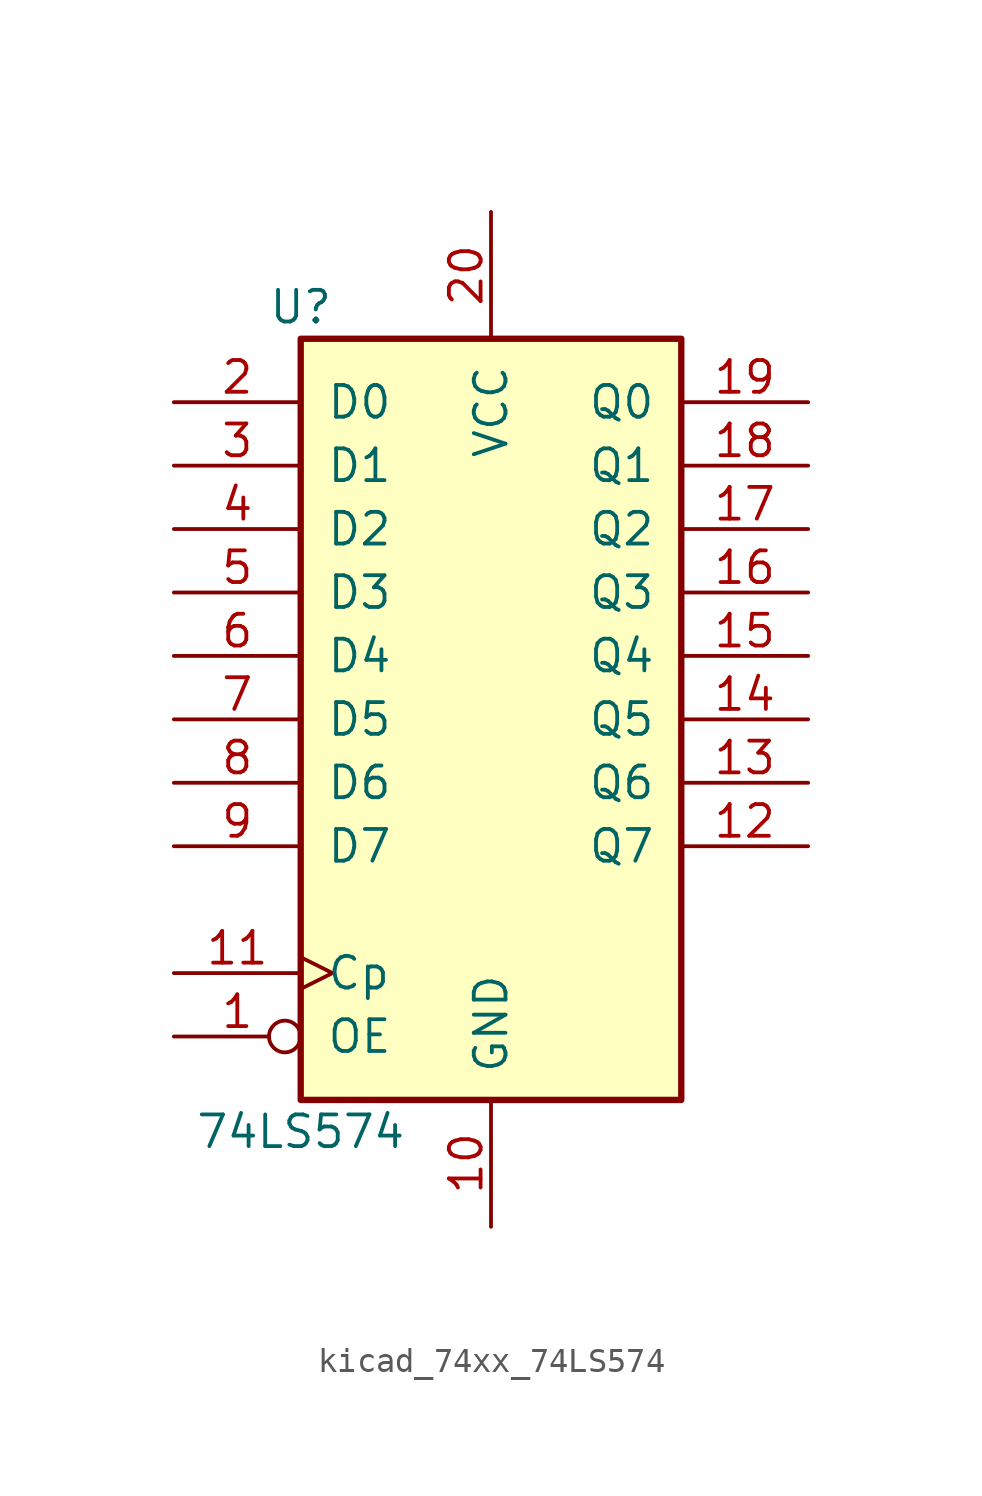
<source format=kicad_sym>
(kicad_symbol_lib
  (version 20220914)
  (generator kicad_symbol_editor)
  (symbol "kicad_74xx_74LS574"
    (pin_names
      (offset 1.016))
    (property "Reference" "U"
      (at -7.62 16.51 0)
      (effects (font (size 1.27 1.27))))
    (property "Value" "74LS574"
      (at -7.62 -16.51 0)
      (effects (font (size 1.27 1.27))))
    (property "ki_locked" ""
      (at 0 0 0)
      (effects (font (size 1.27 1.27))))
    (symbol "kicad_74xx_74LS574_1_0"
      (pin input inverted (at -12.7 -12.7 0) (length 5.08) (name "OE" (effects (font (size 1.27 1.27)))) (number "1" (effects (font (size 1.27 1.27)))))
      (pin power_in line (at 0 -20.32 90) (length 5.08) (name "GND" (effects (font (size 1.27 1.27)))) (number "10" (effects (font (size 1.27 1.27)))))
      (pin input clock (at -12.7 -10.16 0) (length 5.08) (name "Cp" (effects (font (size 1.27 1.27)))) (number "11" (effects (font (size 1.27 1.27)))))
      (pin tri_state line (at 12.7 -5.08 180) (length 5.08) (name "Q7" (effects (font (size 1.27 1.27)))) (number "12" (effects (font (size 1.27 1.27)))))
      (pin tri_state line (at 12.7 -2.54 180) (length 5.08) (name "Q6" (effects (font (size 1.27 1.27)))) (number "13" (effects (font (size 1.27 1.27)))))
      (pin tri_state line (at 12.7 0 180) (length 5.08) (name "Q5" (effects (font (size 1.27 1.27)))) (number "14" (effects (font (size 1.27 1.27)))))
      (pin tri_state line (at 12.7 2.54 180) (length 5.08) (name "Q4" (effects (font (size 1.27 1.27)))) (number "15" (effects (font (size 1.27 1.27)))))
      (pin tri_state line (at 12.7 5.08 180) (length 5.08) (name "Q3" (effects (font (size 1.27 1.27)))) (number "16" (effects (font (size 1.27 1.27)))))
      (pin tri_state line (at 12.7 7.62 180) (length 5.08) (name "Q2" (effects (font (size 1.27 1.27)))) (number "17" (effects (font (size 1.27 1.27)))))
      (pin tri_state line (at 12.7 10.16 180) (length 5.08) (name "Q1" (effects (font (size 1.27 1.27)))) (number "18" (effects (font (size 1.27 1.27)))))
      (pin tri_state line (at 12.7 12.7 180) (length 5.08) (name "Q0" (effects (font (size 1.27 1.27)))) (number "19" (effects (font (size 1.27 1.27)))))
      (pin input line (at -12.7 12.7 0) (length 5.08) (name "D0" (effects (font (size 1.27 1.27)))) (number "2" (effects (font (size 1.27 1.27)))))
      (pin power_in line (at 0 20.32 270) (length 5.08) (name "VCC" (effects (font (size 1.27 1.27)))) (number "20" (effects (font (size 1.27 1.27)))))
      (pin input line (at -12.7 10.16 0) (length 5.08) (name "D1" (effects (font (size 1.27 1.27)))) (number "3" (effects (font (size 1.27 1.27)))))
      (pin input line (at -12.7 7.62 0) (length 5.08) (name "D2" (effects (font (size 1.27 1.27)))) (number "4" (effects (font (size 1.27 1.27)))))
      (pin input line (at -12.7 5.08 0) (length 5.08) (name "D3" (effects (font (size 1.27 1.27)))) (number "5" (effects (font (size 1.27 1.27)))))
      (pin input line (at -12.7 2.54 0) (length 5.08) (name "D4" (effects (font (size 1.27 1.27)))) (number "6" (effects (font (size 1.27 1.27)))))
      (pin input line (at -12.7 0 0) (length 5.08) (name "D5" (effects (font (size 1.27 1.27)))) (number "7" (effects (font (size 1.27 1.27)))))
      (pin input line (at -12.7 -2.54 0) (length 5.08) (name "D6" (effects (font (size 1.27 1.27)))) (number "8" (effects (font (size 1.27 1.27)))))
      (pin input line (at -12.7 -5.08 0) (length 5.08) (name "D7" (effects (font (size 1.27 1.27)))) (number "9" (effects (font (size 1.27 1.27))))))
    (symbol "kicad_74xx_74LS574_1_1"
      (rectangle (start -7.62 15.24) (end 7.62 -15.24) (stroke (width 0.254) (type default)) (fill (type background))))))
</source>
